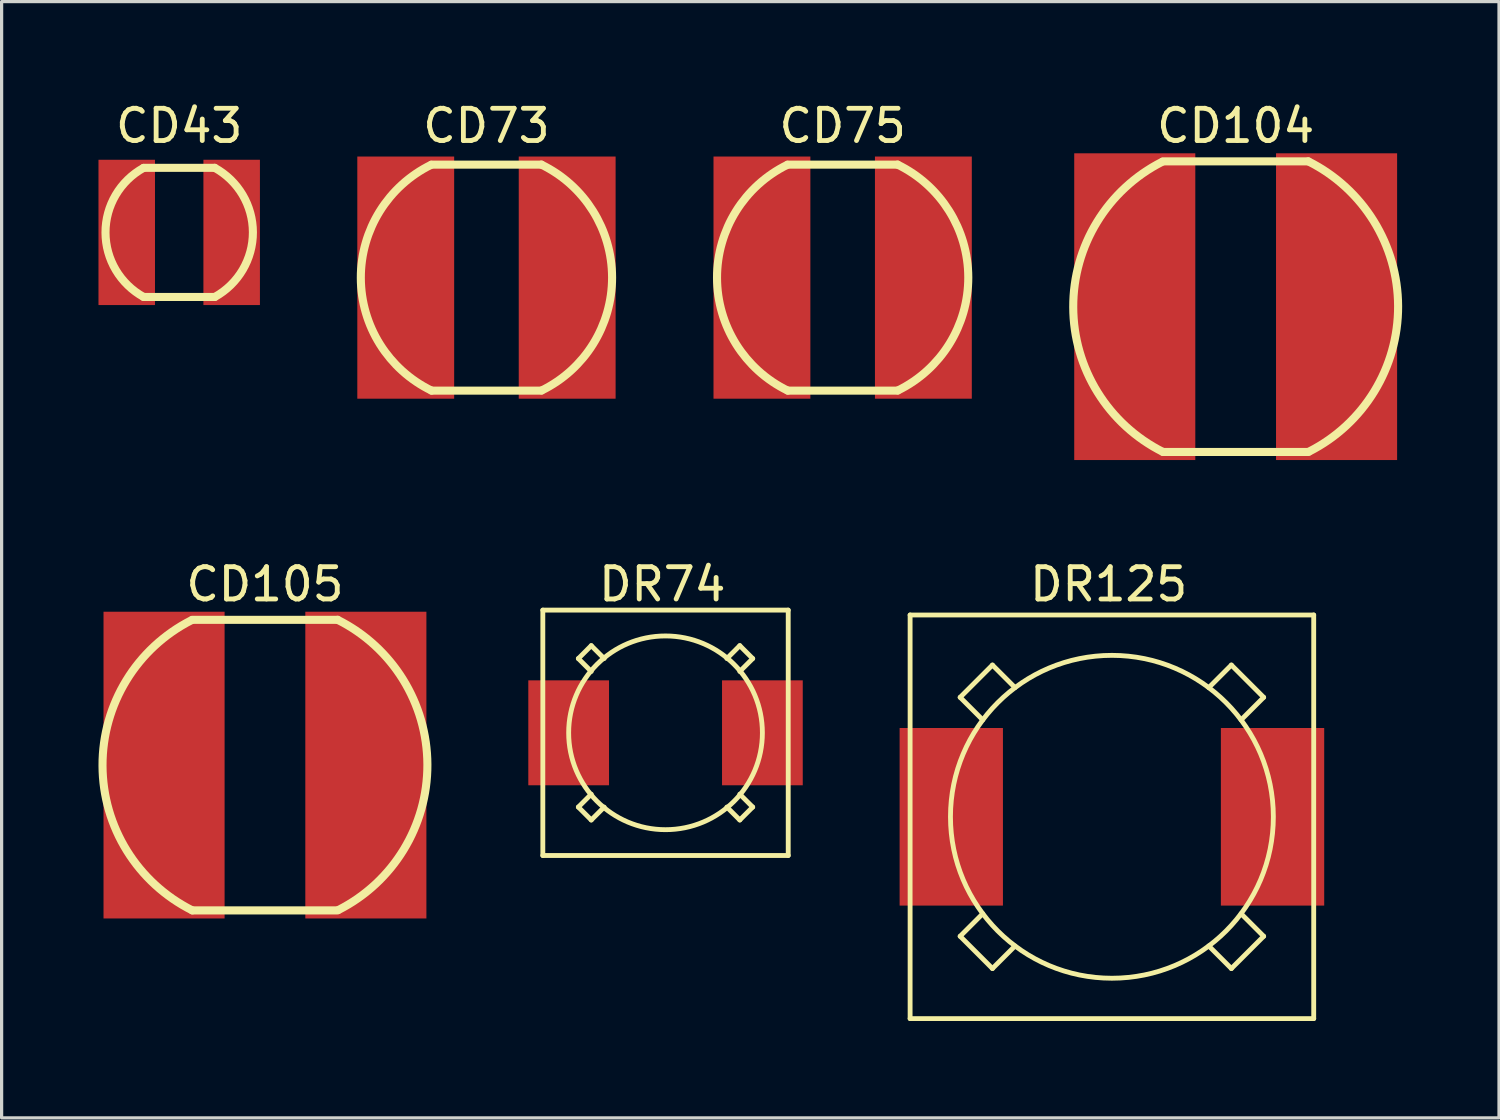
<source format=kicad_pcb>
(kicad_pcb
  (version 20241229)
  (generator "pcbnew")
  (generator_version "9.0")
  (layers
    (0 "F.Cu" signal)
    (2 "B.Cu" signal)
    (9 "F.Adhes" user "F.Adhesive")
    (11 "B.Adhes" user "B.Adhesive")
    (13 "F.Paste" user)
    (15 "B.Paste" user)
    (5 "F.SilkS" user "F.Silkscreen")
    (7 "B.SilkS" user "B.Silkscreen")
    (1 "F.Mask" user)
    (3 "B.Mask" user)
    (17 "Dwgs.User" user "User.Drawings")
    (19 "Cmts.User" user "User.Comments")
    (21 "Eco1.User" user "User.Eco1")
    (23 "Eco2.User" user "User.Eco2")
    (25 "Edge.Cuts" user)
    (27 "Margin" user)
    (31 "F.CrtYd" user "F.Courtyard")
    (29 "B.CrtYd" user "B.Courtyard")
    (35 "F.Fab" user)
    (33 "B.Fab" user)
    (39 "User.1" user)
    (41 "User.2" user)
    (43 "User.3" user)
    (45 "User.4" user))
  (footprint "CD75"
    (layer "F.Cu")
    (at 23.048 5.548)
    (property "Reference" "CD75" (at 0 -4.7 180) (layer "F.SilkS") (effects (font (size 1 1) (thickness 0.15))))
    (attr through_hole)
    (fp_line (start -1.7 -3.5) (end 1.7 -3.5) (stroke (width 0.25) (type solid)) (layer "F.SilkS"))
    (fp_line (start -1.7 3.5) (end 1.7 3.5) (stroke (width 0.25) (type solid)) (layer "F.SilkS"))
    (fp_arc (start -1.7 3.5) (mid -3.89101 0.006349) (end -1.711413 -3.494433) (stroke (width 0.25) (type solid)) (layer "F.SilkS"))
    (fp_arc (start 1.7 -3.5) (mid 3.89101 -0.006349) (end 1.711413 3.494433) (stroke (width 0.25) (type solid)) (layer "F.SilkS"))
    (pad "1" smd rect (at -2.5 0 90) (size 7.5 3) (layers "F.Cu" "F.Mask" "F.Paste"))
    (pad "2" smd rect (at 2.5 0 90) (size 7.5 3) (layers "F.Cu" "F.Mask" "F.Paste")))
  (footprint "DR125"
    (layer "F.Cu")
    (at 31.387 22.247)
    (property "Reference" "DR125" (at -0.1 -7.2 0) (layer "F.SilkS") (effects (font (size 1 1) (thickness 0.15))))
    (attr through_hole)
    (fp_line (start -6.25 -6.25) (end 6.25 -6.25) (stroke (width 0.15) (type solid)) (layer "F.SilkS"))
    (fp_line (start -6.25 6.25) (end -6.25 -6.25) (stroke (width 0.15) (type solid)) (layer "F.SilkS"))
    (fp_line (start -4 -3) (end -4.7 -3.7) (stroke (width 0.15) (type solid)) (layer "F.SilkS"))
    (fp_line (start -4 3) (end -4.7 3.7) (stroke (width 0.15) (type solid)) (layer "F.SilkS"))
    (fp_line (start -3.7 -4.7) (end -4.7 -3.7) (stroke (width 0.15) (type solid)) (layer "F.SilkS"))
    (fp_line (start -3.7 4.7) (end -4.7 3.7) (stroke (width 0.15) (type solid)) (layer "F.SilkS"))
    (fp_line (start -3 -4) (end -3.7 -4.7) (stroke (width 0.15) (type solid)) (layer "F.SilkS"))
    (fp_line (start -3 4) (end -3.7 4.7) (stroke (width 0.15) (type solid)) (layer "F.SilkS"))
    (fp_line (start 3 -4) (end 3.7 -4.7) (stroke (width 0.15) (type solid)) (layer "F.SilkS"))
    (fp_line (start 3 4) (end 3.7 4.7) (stroke (width 0.15) (type solid)) (layer "F.SilkS"))
    (fp_line (start 3.7 -4.7) (end 4.7 -3.7) (stroke (width 0.15) (type solid)) (layer "F.SilkS"))
    (fp_line (start 3.7 4.7) (end 4.7 3.7) (stroke (width 0.15) (type solid)) (layer "F.SilkS"))
    (fp_line (start 4 -3) (end 4.7 -3.7) (stroke (width 0.15) (type solid)) (layer "F.SilkS"))
    (fp_line (start 4 3) (end 4.7 3.7) (stroke (width 0.15) (type solid)) (layer "F.SilkS"))
    (fp_line (start 6.25 -6.25) (end 6.25 6.25) (stroke (width 0.15) (type solid)) (layer "F.SilkS"))
    (fp_line (start 6.25 6.25) (end -6.25 6.25) (stroke (width 0.15) (type solid)) (layer "F.SilkS"))
    (fp_circle (center 0 0) (end 5 0) (stroke (width 0.15) (type solid)) (fill no) (layer "F.SilkS"))
    (pad "1" smd rect (at -4.975 0 90) (size 5.5 3.2) (layers "F.Cu" "F.Mask" "F.Paste"))
    (pad "2" smd rect (at 4.975 0 90) (size 5.5 3.2) (layers "F.Cu" "F.Mask" "F.Paste")))
  (footprint "CD73"
    (layer "F.Cu")
    (at 12.016 5.548)
    (property "Reference" "CD73" (at 0 -4.7 180) (layer "F.SilkS") (effects (font (size 1 1) (thickness 0.15))))
    (attr through_hole)
    (fp_line (start -1.7 -3.5) (end 1.7 -3.5) (stroke (width 0.25) (type solid)) (layer "F.SilkS"))
    (fp_line (start -1.7 3.5) (end 1.7 3.5) (stroke (width 0.25) (type solid)) (layer "F.SilkS"))
    (fp_arc (start -1.7 3.5) (mid -3.89101 0.006349) (end -1.711413 -3.494433) (stroke (width 0.25) (type solid)) (layer "F.SilkS"))
    (fp_arc (start 1.7 -3.5) (mid 3.89101 -0.006349) (end 1.711413 3.494433) (stroke (width 0.25) (type solid)) (layer "F.SilkS"))
    (pad "1" smd rect (at -2.5 0 90) (size 7.5 3) (layers "F.Cu" "F.Mask" "F.Paste"))
    (pad "2" smd rect (at 2.5 0 90) (size 7.5 3) (layers "F.Cu" "F.Mask" "F.Paste")))
  (footprint "CD43"
    (layer "F.Cu")
    (at 2.5 4.148)
    (property "Reference" "CD43" (at 0 -3.3 180) (layer "F.SilkS") (effects (font (size 1 1) (thickness 0.15))))
    (attr through_hole)
    (fp_line (start -1.1 -2) (end 1.1 -2) (stroke (width 0.25) (type solid)) (layer "F.SilkS"))
    (fp_line (start -1.1 2) (end 1.1 2) (stroke (width 0.25) (type solid)) (layer "F.SilkS"))
    (fp_arc (start -1.1 2) (mid -2.28254 0.003554) (end -1.106222 -1.996565) (stroke (width 0.25) (type solid)) (layer "F.SilkS"))
    (fp_arc (start 1.1 -2) (mid 2.28254 -0.003554) (end 1.106222 1.996565) (stroke (width 0.25) (type solid)) (layer "F.SilkS"))
    (pad "1" smd rect (at -1.625 0 90) (size 4.5 1.75) (layers "F.Cu" "F.Mask" "F.Paste"))
    (pad "2" smd rect (at 1.625 0 90) (size 4.5 1.75) (layers "F.Cu" "F.Mask" "F.Paste")))
  (footprint "DR74"
    (layer "F.Cu")
    (at 17.562 19.646)
    (property "Reference" "DR74" (at -0.1 -4.6 0) (layer "F.SilkS") (effects (font (size 1 1) (thickness 0.15))))
    (attr through_hole)
    (fp_line (start -3.8 -3.8) (end 3.8 -3.8) (stroke (width 0.15) (type solid)) (layer "F.SilkS"))
    (fp_line (start -3.8 3.8) (end -3.8 -3.8) (stroke (width 0.15) (type solid)) (layer "F.SilkS"))
    (fp_line (start -2.7 -2.3) (end -2.3 -2.7) (stroke (width 0.15) (type solid)) (layer "F.SilkS"))
    (fp_line (start -2.7 2.3) (end -2.3 2.7) (stroke (width 0.15) (type solid)) (layer "F.SilkS"))
    (fp_line (start -2.3 -2.7) (end -1.9 -2.3) (stroke (width 0.15) (type solid)) (layer "F.SilkS"))
    (fp_line (start -2.3 -1.9) (end -2.7 -2.3) (stroke (width 0.15) (type solid)) (layer "F.SilkS"))
    (fp_line (start -2.3 1.9) (end -2.7 2.3) (stroke (width 0.15) (type solid)) (layer "F.SilkS"))
    (fp_line (start -2.3 2.7) (end -1.9 2.3) (stroke (width 0.15) (type solid)) (layer "F.SilkS"))
    (fp_line (start 1.9 2.3) (end 2.3 2.7) (stroke (width 0.15) (type solid)) (layer "F.SilkS"))
    (fp_line (start 2.3 -2.7) (end 1.9 -2.3) (stroke (width 0.15) (type solid)) (layer "F.SilkS"))
    (fp_line (start 2.3 -1.9) (end 2.7 -2.3) (stroke (width 0.15) (type solid)) (layer "F.SilkS"))
    (fp_line (start 2.3 2.7) (end 2.7 2.3) (stroke (width 0.15) (type solid)) (layer "F.SilkS"))
    (fp_line (start 2.7 -2.3) (end 2.3 -2.7) (stroke (width 0.15) (type solid)) (layer "F.SilkS"))
    (fp_line (start 2.7 2.3) (end 2.3 1.9) (stroke (width 0.15) (type solid)) (layer "F.SilkS"))
    (fp_line (start 3.8 -3.8) (end 3.8 3.8) (stroke (width 0.15) (type solid)) (layer "F.SilkS"))
    (fp_line (start 3.8 3.8) (end -3.8 3.8) (stroke (width 0.15) (type solid)) (layer "F.SilkS"))
    (fp_circle (center 0 0) (end 3 0) (stroke (width 0.15) (type solid)) (fill no) (layer "F.SilkS"))
    (pad "1" smd rect (at -3 0 90) (size 3.25 2.5) (layers "F.Cu" "F.Mask" "F.Paste"))
    (pad "2" smd rect (at 3 0 90) (size 3.25 2.5) (layers "F.Cu" "F.Mask" "F.Paste")))
  (footprint "CD105"
    (layer "F.Cu")
    (at 5.156 20.646)
    (property "Reference" "CD105" (at 0 -5.6 180) (layer "F.SilkS") (effects (font (size 1 1) (thickness 0.15))))
    (attr through_hole)
    (fp_line (start -2.25 -4.5) (end 2.25 -4.5) (stroke (width 0.25) (type solid)) (layer "F.SilkS"))
    (fp_line (start -2.25 4.5) (end 2.25 4.5) (stroke (width 0.25) (type solid)) (layer "F.SilkS"))
    (fp_arc (start -2.25 4.5) (mid -5.031127 0.016241) (end -2.279005 -4.48538) (stroke (width 0.25) (type solid)) (layer "F.SilkS"))
    (fp_arc (start 2.25 -4.5) (mid 5.031127 -0.016241) (end 2.279005 4.48538) (stroke (width 0.25) (type solid)) (layer "F.SilkS"))
    (pad "1" smd rect (at -3.125 0 90) (size 9.5 3.75) (layers "F.Cu" "F.Mask" "F.Paste"))
    (pad "2" smd rect (at 3.125 0 90) (size 9.5 3.75) (layers "F.Cu" "F.Mask" "F.Paste")))
  (footprint "CD104"
    (layer "F.Cu")
    (at 35.22 6.448)
    (property "Reference" "CD104" (at 0 -5.6 180) (layer "F.SilkS") (effects (font (size 1 1) (thickness 0.15))))
    (attr through_hole)
    (fp_line (start -2.25 -4.5) (end 2.25 -4.5) (stroke (width 0.25) (type solid)) (layer "F.SilkS"))
    (fp_line (start -2.25 4.5) (end 2.25 4.5) (stroke (width 0.25) (type solid)) (layer "F.SilkS"))
    (fp_arc (start -2.25 4.5) (mid -5.031127 0.016241) (end -2.279005 -4.48538) (stroke (width 0.25) (type solid)) (layer "F.SilkS"))
    (fp_arc (start 2.25 -4.5) (mid 5.031127 -0.016241) (end 2.279005 4.48538) (stroke (width 0.25) (type solid)) (layer "F.SilkS"))
    (pad "1" smd rect (at -3.125 0 90) (size 9.5 3.75) (layers "F.Cu" "F.Mask" "F.Paste"))
    (pad "2" smd rect (at 3.125 0 90) (size 9.5 3.75) (layers "F.Cu" "F.Mask" "F.Paste")))
  (gr_rect
    (start -3 -3)
    (end 43.376 31.572)
    (stroke (width 0.1) (type default))
    (fill no)
    (layer "Edge.Cuts")))
</source>
